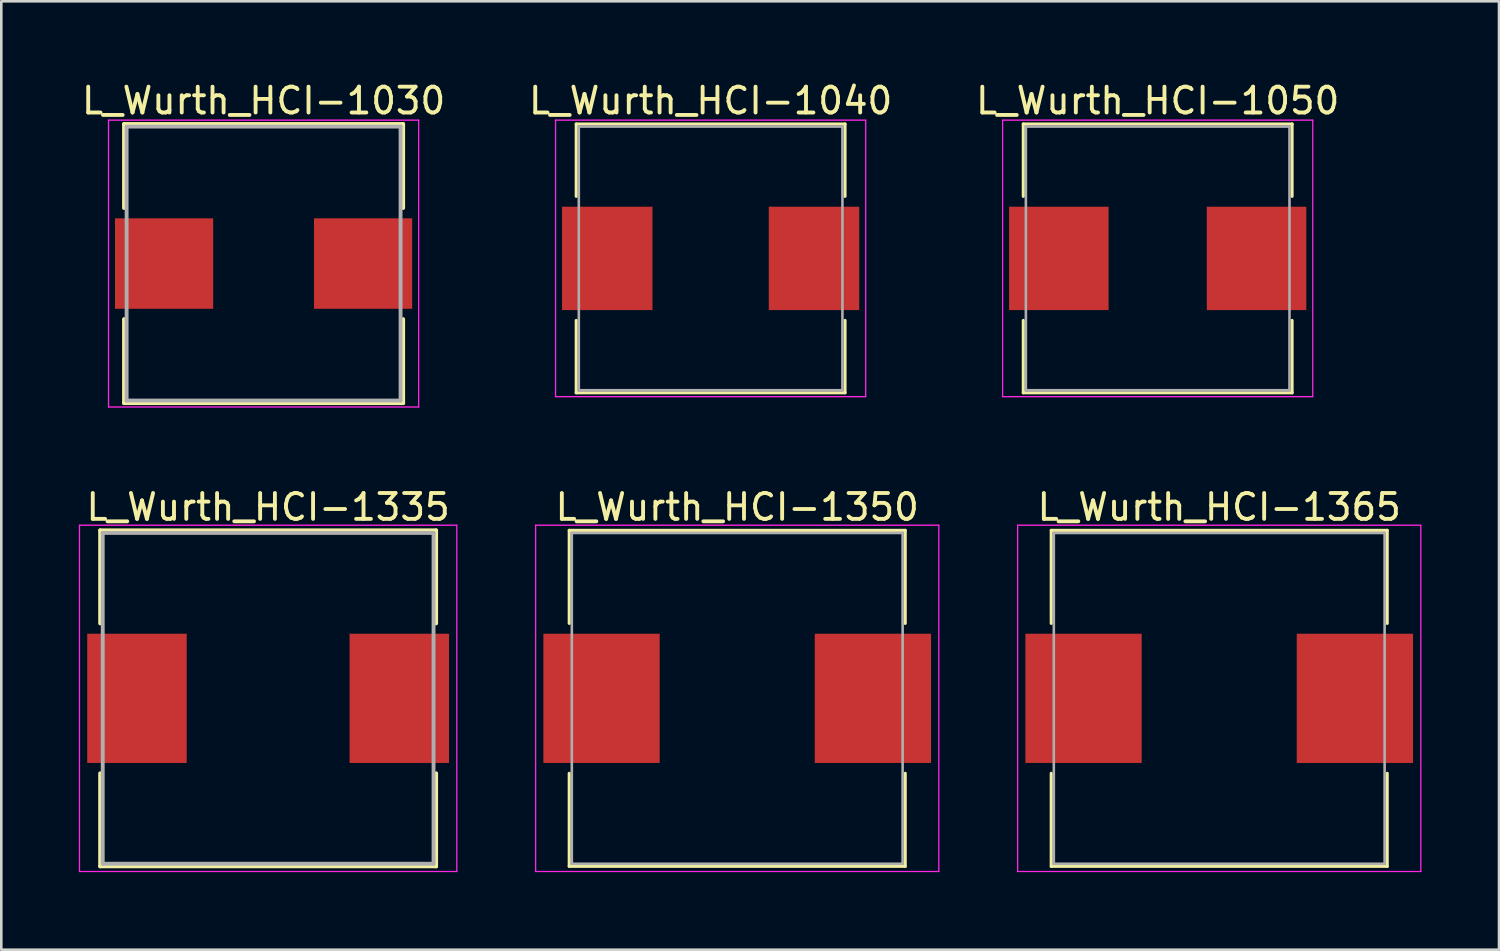
<source format=kicad_pcb>
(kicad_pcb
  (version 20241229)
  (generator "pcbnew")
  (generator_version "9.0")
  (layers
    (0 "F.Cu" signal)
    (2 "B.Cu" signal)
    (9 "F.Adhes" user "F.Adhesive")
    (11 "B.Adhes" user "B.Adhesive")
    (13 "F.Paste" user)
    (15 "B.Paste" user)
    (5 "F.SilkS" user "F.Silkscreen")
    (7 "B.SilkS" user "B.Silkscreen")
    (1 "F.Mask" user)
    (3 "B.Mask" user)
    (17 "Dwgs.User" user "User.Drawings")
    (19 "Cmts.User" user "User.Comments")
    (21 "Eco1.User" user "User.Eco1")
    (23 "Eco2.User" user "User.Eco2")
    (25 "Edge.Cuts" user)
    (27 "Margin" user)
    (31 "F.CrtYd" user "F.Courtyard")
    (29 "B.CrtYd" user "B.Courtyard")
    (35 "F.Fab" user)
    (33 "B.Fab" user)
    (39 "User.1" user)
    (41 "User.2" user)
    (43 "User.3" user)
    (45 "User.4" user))
  (footprint "L_Wurth_HCI-1030"
    (layer "F.Cu")
    (at 7.149 7.148)
    (property "Reference" "L_Wurth_HCI-1030" (at 0 -6.3 0) (layer "F.SilkS") (effects (font (size 1 1) (thickness 0.15))))
    (attr smd)
    (fp_line (start -5.4 -5.4) (end 5.4 -5.4) (stroke (width 0.15) (type solid)) (layer "F.SilkS"))
    (fp_line (start -5.4 -2.15) (end -5.4 -5.4) (stroke (width 0.15) (type solid)) (layer "F.SilkS"))
    (fp_line (start -5.4 2.15) (end -5.4 5.4) (stroke (width 0.15) (type solid)) (layer "F.SilkS"))
    (fp_line (start -5.4 5.4) (end 5.4 5.4) (stroke (width 0.15) (type solid)) (layer "F.SilkS"))
    (fp_line (start 5.4 -5.4) (end 5.4 -2.15) (stroke (width 0.15) (type solid)) (layer "F.SilkS"))
    (fp_line (start 5.4 5.4) (end 5.4 2.15) (stroke (width 0.15) (type solid)) (layer "F.SilkS"))
    (fp_line (start -6 -5.55) (end -6 5.55) (stroke (width 0.05) (type solid)) (layer "F.CrtYd"))
    (fp_line (start -6 5.55) (end 6 5.55) (stroke (width 0.05) (type solid)) (layer "F.CrtYd"))
    (fp_line (start 6 -5.55) (end -6 -5.55) (stroke (width 0.05) (type solid)) (layer "F.CrtYd"))
    (fp_line (start 6 5.55) (end 6 -5.55) (stroke (width 0.05) (type solid)) (layer "F.CrtYd"))
    (fp_line (start -5.3 -5.3) (end -5.3 5.3) (stroke (width 0.15) (type solid)) (layer "F.Fab"))
    (fp_line (start -5.3 5.3) (end 5.3 5.3) (stroke (width 0.15) (type solid)) (layer "F.Fab"))
    (fp_line (start 5.3 -5.3) (end -5.3 -5.3) (stroke (width 0.15) (type solid)) (layer "F.Fab"))
    (fp_line (start 5.3 5.3) (end 5.3 -5.3) (stroke (width 0.15) (type solid)) (layer "F.Fab"))
    (pad "1" smd rect (at -3.85 0) (size 3.8 3.5) (layers "F.Cu" "F.Mask" "F.Paste"))
    (pad "2" smd rect (at 3.85 0) (size 3.8 3.5) (layers "F.Cu" "F.Mask" "F.Paste")))
  (footprint "L_Wurth_HCI-1050"
    (layer "F.Cu")
    (at 41.744 6.948)
    (property "Reference" "L_Wurth_HCI-1050" (at 0 -6.1 0) (layer "F.SilkS") (effects (font (size 1 1) (thickness 0.15))))
    (attr smd)
    (fp_line (start -5.2 -5.2) (end 5.2 -5.2) (stroke (width 0.12) (type solid)) (layer "F.SilkS"))
    (fp_line (start -5.2 -2.4) (end -5.2 -5.2) (stroke (width 0.12) (type solid)) (layer "F.SilkS"))
    (fp_line (start -5.2 2.4) (end -5.2 5.2) (stroke (width 0.12) (type solid)) (layer "F.SilkS"))
    (fp_line (start -5.2 5.2) (end 5.2 5.2) (stroke (width 0.12) (type solid)) (layer "F.SilkS"))
    (fp_line (start 5.2 -5.2) (end 5.2 -2.4) (stroke (width 0.12) (type solid)) (layer "F.SilkS"))
    (fp_line (start 5.2 5.2) (end 5.2 2.4) (stroke (width 0.12) (type solid)) (layer "F.SilkS"))
    (fp_line (start -6 -5.35) (end -6 5.35) (stroke (width 0.05) (type solid)) (layer "F.CrtYd"))
    (fp_line (start -6 5.35) (end 6 5.35) (stroke (width 0.05) (type solid)) (layer "F.CrtYd"))
    (fp_line (start 6 -5.35) (end -6 -5.35) (stroke (width 0.05) (type solid)) (layer "F.CrtYd"))
    (fp_line (start 6 5.35) (end 6 -5.35) (stroke (width 0.05) (type solid)) (layer "F.CrtYd"))
    (fp_line (start -5.1 -5.1) (end -5.1 5.1) (stroke (width 0.1) (type solid)) (layer "F.Fab"))
    (fp_line (start -5.1 5.1) (end 5.1 5.1) (stroke (width 0.1) (type solid)) (layer "F.Fab"))
    (fp_line (start 5.1 -5.1) (end -5.1 -5.1) (stroke (width 0.1) (type solid)) (layer "F.Fab"))
    (fp_line (start 5.1 5.1) (end 5.1 -5.1) (stroke (width 0.1) (type solid)) (layer "F.Fab"))
    (pad "1" smd rect (at -3.825 0) (size 3.85 4) (layers "F.Cu" "F.Mask" "F.Paste"))
    (pad "2" smd rect (at 3.825 0) (size 3.85 4) (layers "F.Cu" "F.Mask" "F.Paste")))
  (footprint "L_Wurth_HCI-1040"
    (layer "F.Cu")
    (at 24.446 6.948)
    (property "Reference" "L_Wurth_HCI-1040" (at 0 -6.1 0) (layer "F.SilkS") (effects (font (size 1 1) (thickness 0.15))))
    (attr smd)
    (fp_line (start -5.2 -5.2) (end 5.2 -5.2) (stroke (width 0.12) (type solid)) (layer "F.SilkS"))
    (fp_line (start -5.2 -2.4) (end -5.2 -5.2) (stroke (width 0.12) (type solid)) (layer "F.SilkS"))
    (fp_line (start -5.2 2.4) (end -5.2 5.2) (stroke (width 0.12) (type solid)) (layer "F.SilkS"))
    (fp_line (start -5.2 5.2) (end 5.2 5.2) (stroke (width 0.12) (type solid)) (layer "F.SilkS"))
    (fp_line (start 5.2 -5.2) (end 5.2 -2.4) (stroke (width 0.12) (type solid)) (layer "F.SilkS"))
    (fp_line (start 5.2 5.2) (end 5.2 2.4) (stroke (width 0.12) (type solid)) (layer "F.SilkS"))
    (fp_line (start -6 -5.35) (end -6 5.35) (stroke (width 0.05) (type solid)) (layer "F.CrtYd"))
    (fp_line (start -6 5.35) (end 6 5.35) (stroke (width 0.05) (type solid)) (layer "F.CrtYd"))
    (fp_line (start 6 -5.35) (end -6 -5.35) (stroke (width 0.05) (type solid)) (layer "F.CrtYd"))
    (fp_line (start 6 5.35) (end 6 -5.35) (stroke (width 0.05) (type solid)) (layer "F.CrtYd"))
    (fp_line (start -5.1 -5.1) (end -5.1 5.1) (stroke (width 0.1) (type solid)) (layer "F.Fab"))
    (fp_line (start -5.1 5.1) (end 5.1 5.1) (stroke (width 0.1) (type solid)) (layer "F.Fab"))
    (fp_line (start 5.1 -5.1) (end -5.1 -5.1) (stroke (width 0.1) (type solid)) (layer "F.Fab"))
    (fp_line (start 5.1 5.1) (end 5.1 -5.1) (stroke (width 0.1) (type solid)) (layer "F.Fab"))
    (pad "1" smd rect (at -4 0) (size 3.5 4) (layers "F.Cu" "F.Mask" "F.Paste"))
    (pad "2" smd rect (at 4 0) (size 3.5 4) (layers "F.Cu" "F.Mask" "F.Paste")))
  (footprint "L_Wurth_HCI-1365"
    (layer "F.Cu")
    (at 44.125 23.971)
    (property "Reference" "L_Wurth_HCI-1365" (at 0 -7.4 0) (layer "F.SilkS") (effects (font (size 1 1) (thickness 0.15))))
    (attr smd)
    (fp_line (start -6.5 -6.5) (end 6.5 -6.5) (stroke (width 0.12) (type solid)) (layer "F.SilkS"))
    (fp_line (start -6.5 -2.9) (end -6.5 -6.5) (stroke (width 0.12) (type solid)) (layer "F.SilkS"))
    (fp_line (start -6.5 2.9) (end -6.5 6.5) (stroke (width 0.12) (type solid)) (layer "F.SilkS"))
    (fp_line (start -6.5 6.5) (end 6.5 6.5) (stroke (width 0.12) (type solid)) (layer "F.SilkS"))
    (fp_line (start 6.5 -6.5) (end 6.5 -2.9) (stroke (width 0.12) (type solid)) (layer "F.SilkS"))
    (fp_line (start 6.5 6.5) (end 6.5 2.9) (stroke (width 0.12) (type solid)) (layer "F.SilkS"))
    (fp_line (start -7.8 -6.7) (end -7.8 6.7) (stroke (width 0.05) (type solid)) (layer "F.CrtYd"))
    (fp_line (start -7.8 6.7) (end 7.8 6.7) (stroke (width 0.05) (type solid)) (layer "F.CrtYd"))
    (fp_line (start 7.8 -6.7) (end -7.8 -6.7) (stroke (width 0.05) (type solid)) (layer "F.CrtYd"))
    (fp_line (start 7.8 6.7) (end 7.8 -6.7) (stroke (width 0.05) (type solid)) (layer "F.CrtYd"))
    (fp_line (start -6.4 -6.4) (end -6.4 6.4) (stroke (width 0.1) (type solid)) (layer "F.Fab"))
    (fp_line (start -6.4 6.4) (end 6.4 6.4) (stroke (width 0.1) (type solid)) (layer "F.Fab"))
    (fp_line (start 6.4 -6.4) (end -6.4 -6.4) (stroke (width 0.1) (type solid)) (layer "F.Fab"))
    (fp_line (start 6.4 6.4) (end 6.4 -6.4) (stroke (width 0.1) (type solid)) (layer "F.Fab"))
    (pad "1" smd rect (at -5.25 0) (size 4.5 5) (layers "F.Cu" "F.Mask" "F.Paste"))
    (pad "2" smd rect (at 5.25 0) (size 4.5 5) (layers "F.Cu" "F.Mask" "F.Paste")))
  (footprint "L_Wurth_HCI-1335"
    (layer "F.Cu")
    (at 7.325 23.971)
    (property "Reference" "L_Wurth_HCI-1335" (at 0 -7.4 0) (layer "F.SilkS") (effects (font (size 1 1) (thickness 0.15))))
    (attr smd)
    (fp_line (start -6.5 -6.5) (end 6.5 -6.5) (stroke (width 0.15) (type solid)) (layer "F.SilkS"))
    (fp_line (start -6.5 -2.9) (end -6.5 -6.5) (stroke (width 0.15) (type solid)) (layer "F.SilkS"))
    (fp_line (start -6.5 2.9) (end -6.5 6.5) (stroke (width 0.15) (type solid)) (layer "F.SilkS"))
    (fp_line (start -6.5 6.5) (end 6.5 6.5) (stroke (width 0.15) (type solid)) (layer "F.SilkS"))
    (fp_line (start 6.5 -6.5) (end 6.5 -2.9) (stroke (width 0.15) (type solid)) (layer "F.SilkS"))
    (fp_line (start 6.5 6.5) (end 6.5 2.9) (stroke (width 0.15) (type solid)) (layer "F.SilkS"))
    (fp_line (start -7.3 -6.7) (end -7.3 6.7) (stroke (width 0.05) (type solid)) (layer "F.CrtYd"))
    (fp_line (start -7.3 6.7) (end 7.3 6.7) (stroke (width 0.05) (type solid)) (layer "F.CrtYd"))
    (fp_line (start 7.3 -6.7) (end -7.3 -6.7) (stroke (width 0.05) (type solid)) (layer "F.CrtYd"))
    (fp_line (start 7.3 6.7) (end 7.3 -6.7) (stroke (width 0.05) (type solid)) (layer "F.CrtYd"))
    (fp_line (start -6.4 -6.4) (end -6.4 6.4) (stroke (width 0.15) (type solid)) (layer "F.Fab"))
    (fp_line (start -6.4 6.4) (end 6.4 6.4) (stroke (width 0.15) (type solid)) (layer "F.Fab"))
    (fp_line (start 6.4 -6.4) (end -6.4 -6.4) (stroke (width 0.15) (type solid)) (layer "F.Fab"))
    (fp_line (start 6.4 6.4) (end 6.4 -6.4) (stroke (width 0.15) (type solid)) (layer "F.Fab"))
    (pad "1" smd rect (at -5.075 0) (size 3.85 5) (layers "F.Cu" "F.Mask" "F.Paste"))
    (pad "2" smd rect (at 5.075 0) (size 3.85 5) (layers "F.Cu" "F.Mask" "F.Paste")))
  (footprint "L_Wurth_HCI-1350"
    (layer "F.Cu")
    (at 25.475 23.971)
    (property "Reference" "L_Wurth_HCI-1350" (at 0 -7.4 0) (layer "F.SilkS") (effects (font (size 1 1) (thickness 0.15))))
    (attr smd)
    (fp_line (start -6.5 -6.5) (end 6.5 -6.5) (stroke (width 0.12) (type solid)) (layer "F.SilkS"))
    (fp_line (start -6.5 -2.9) (end -6.5 -6.5) (stroke (width 0.12) (type solid)) (layer "F.SilkS"))
    (fp_line (start -6.5 2.9) (end -6.5 6.5) (stroke (width 0.12) (type solid)) (layer "F.SilkS"))
    (fp_line (start -6.5 6.5) (end 6.5 6.5) (stroke (width 0.12) (type solid)) (layer "F.SilkS"))
    (fp_line (start 6.5 -6.5) (end 6.5 -2.9) (stroke (width 0.12) (type solid)) (layer "F.SilkS"))
    (fp_line (start 6.5 6.5) (end 6.5 2.9) (stroke (width 0.12) (type solid)) (layer "F.SilkS"))
    (fp_line (start -7.8 -6.7) (end -7.8 6.7) (stroke (width 0.05) (type solid)) (layer "F.CrtYd"))
    (fp_line (start -7.8 6.7) (end 7.8 6.7) (stroke (width 0.05) (type solid)) (layer "F.CrtYd"))
    (fp_line (start 7.8 -6.7) (end -7.8 -6.7) (stroke (width 0.05) (type solid)) (layer "F.CrtYd"))
    (fp_line (start 7.8 6.7) (end 7.8 -6.7) (stroke (width 0.05) (type solid)) (layer "F.CrtYd"))
    (fp_line (start -6.4 -6.4) (end -6.4 6.4) (stroke (width 0.1) (type solid)) (layer "F.Fab"))
    (fp_line (start -6.4 6.4) (end 6.4 6.4) (stroke (width 0.1) (type solid)) (layer "F.Fab"))
    (fp_line (start 6.4 -6.4) (end -6.4 -6.4) (stroke (width 0.1) (type solid)) (layer "F.Fab"))
    (fp_line (start 6.4 6.4) (end 6.4 -6.4) (stroke (width 0.1) (type solid)) (layer "F.Fab"))
    (pad "1" smd rect (at -5.25 0) (size 4.5 5) (layers "F.Cu" "F.Mask" "F.Paste"))
    (pad "2" smd rect (at 5.25 0) (size 4.5 5) (layers "F.Cu" "F.Mask" "F.Paste")))
  (gr_rect
    (start -3 -3)
    (end 54.95 33.697)
    (stroke (width 0.1) (type default))
    (fill no)
    (layer "Edge.Cuts")))
</source>
